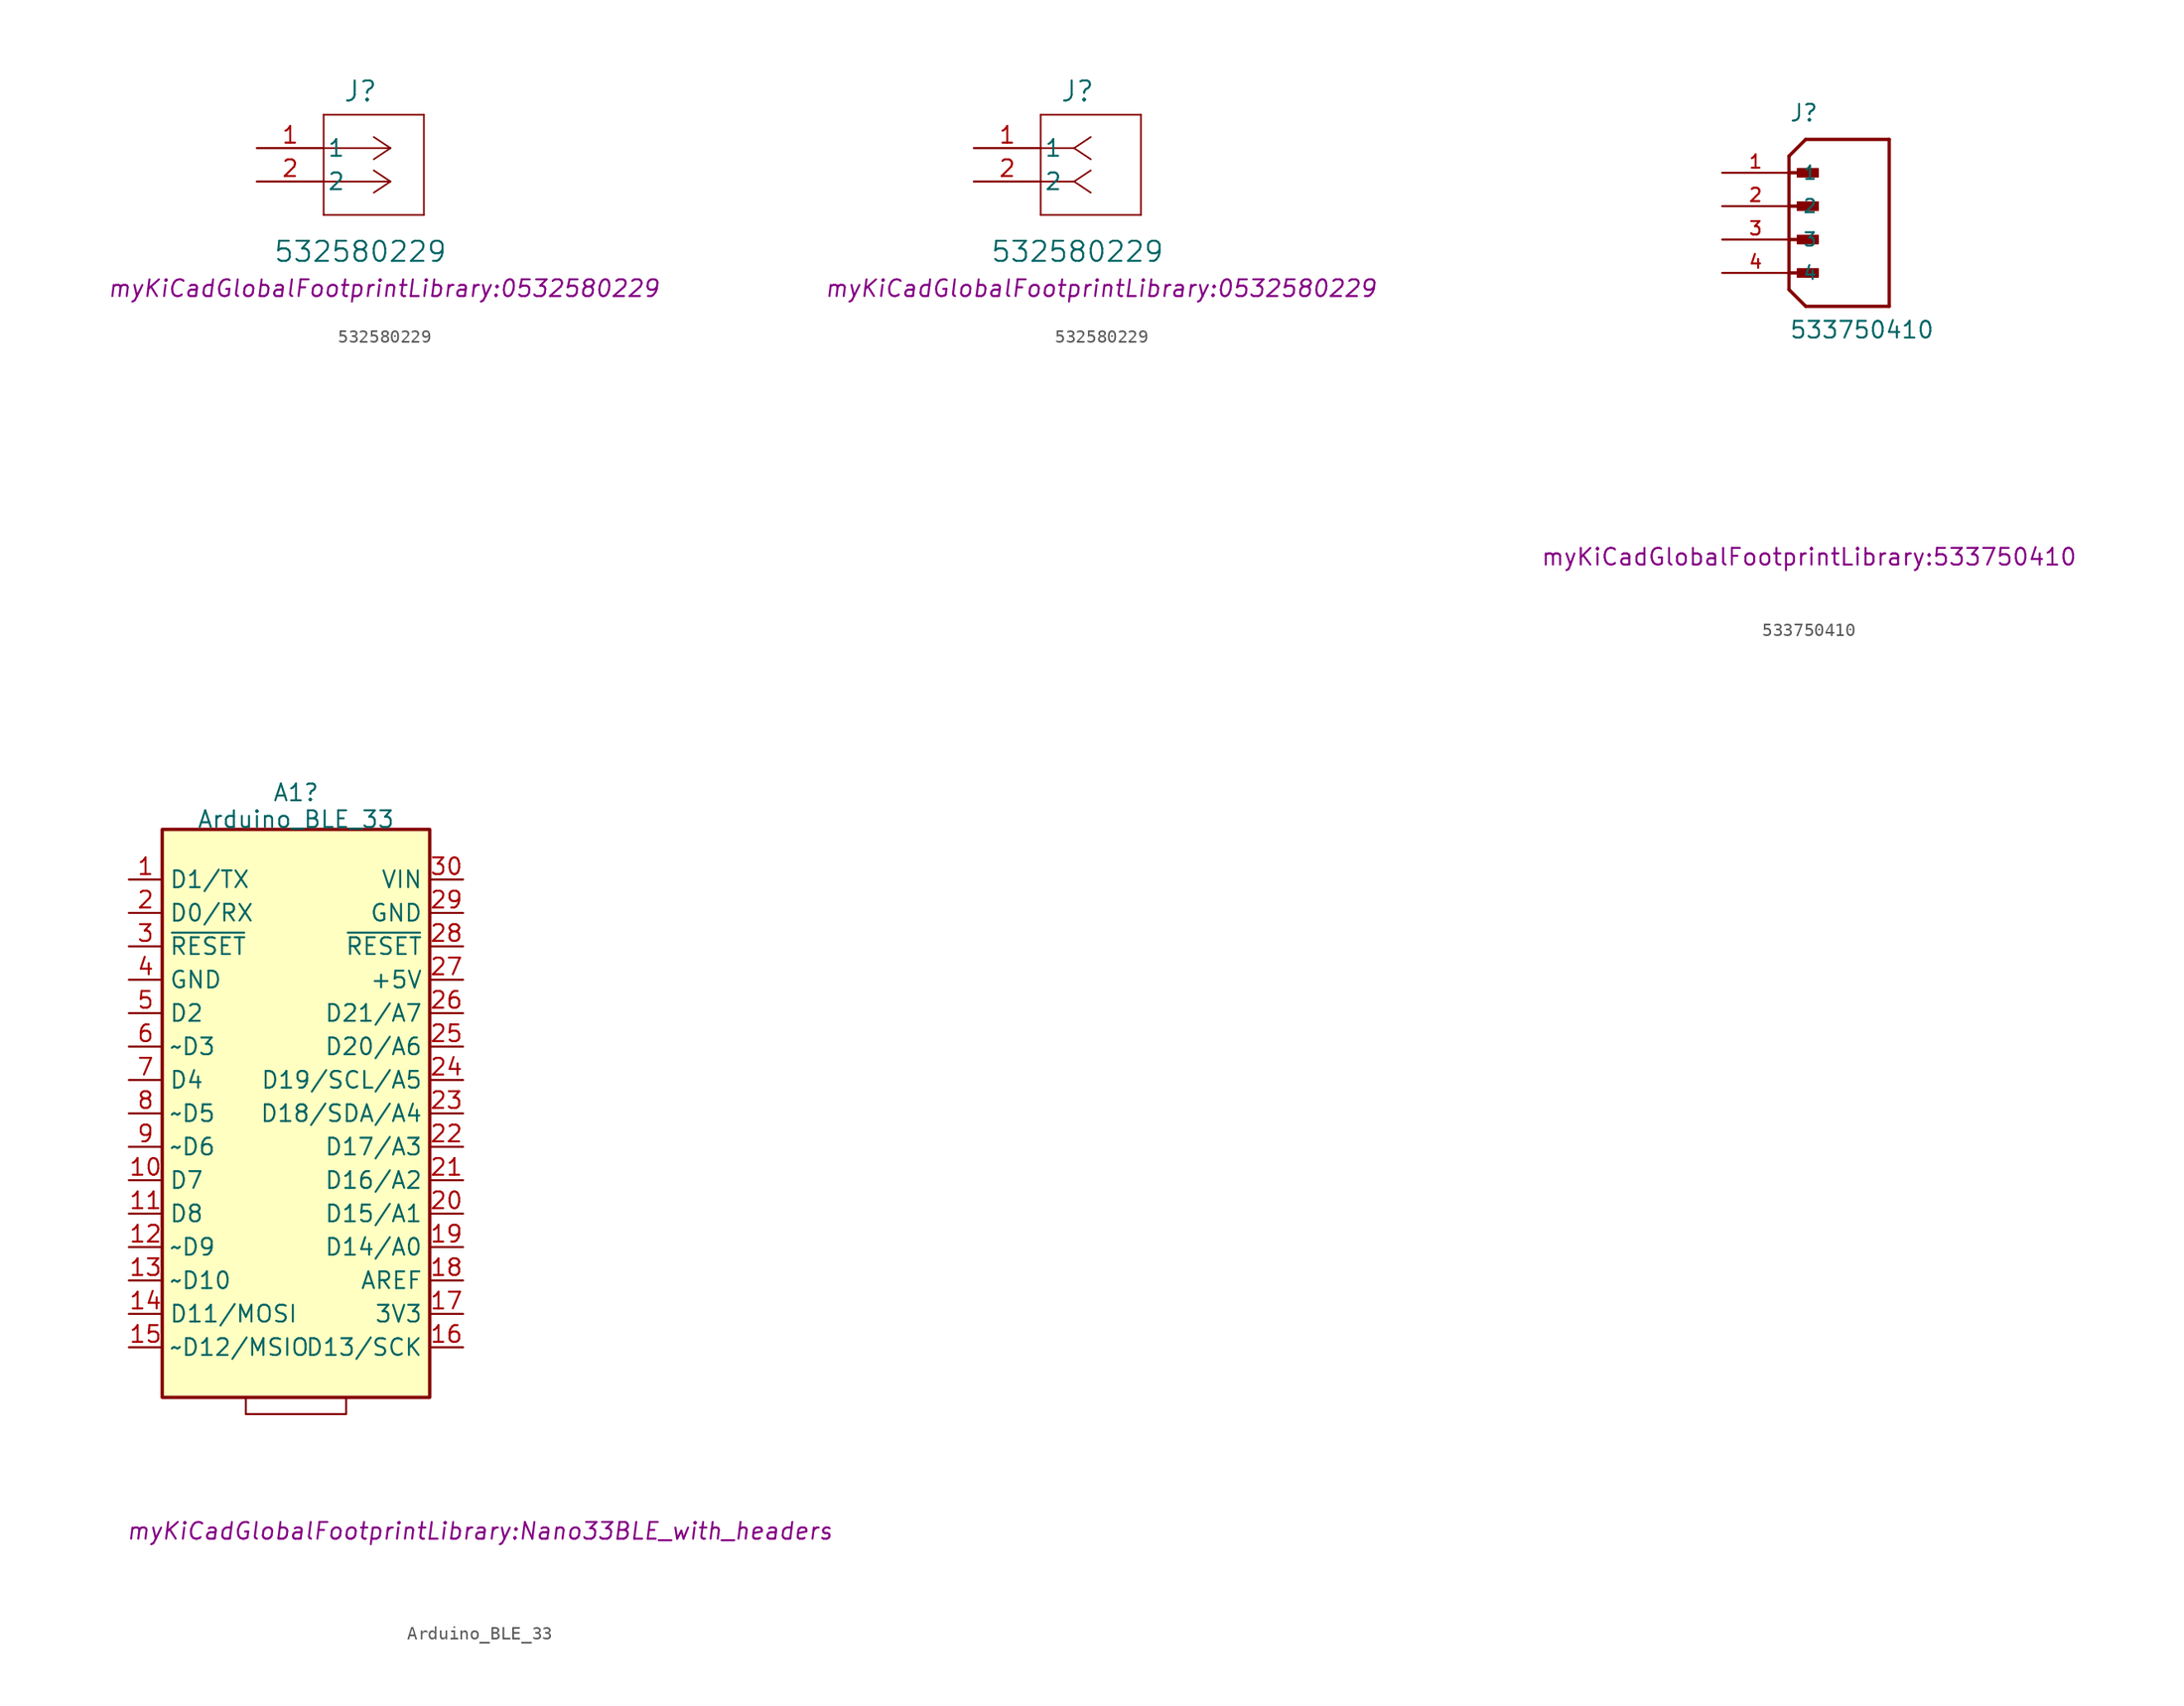
<source format=kicad_sym>
(kicad_symbol_lib
  (version 20211014)
  (generator kicad_symbol_editor)
  (symbol "532580229"
    (pin_names
      (offset 0.254))
    (property "Reference" "J"
      (at 7.874 4.318 0)
      (effects (font (size 1.524 1.524))))
    (property "Value" "532580229"
      (at 7.874 -7.874 0)
      (effects (font (size 1.524 1.524))))
    (property "Footprint" "myKiCadGlobalFootprintLibrary:0532580229"
      (at 9.652 -10.668 0)
      (effects (font (size 1.27 1.27) italic)))
    (symbol "532580229_1_1"
      (polyline (pts (xy 5.08 -5.08) (xy 12.7 -5.08)) (stroke (width 0.127) (type default) (color 0 0 0 0)) (fill (type none)))
      (polyline (pts (xy 5.08 2.54) (xy 5.08 -5.08)) (stroke (width 0.127) (type default) (color 0 0 0 0)) (fill (type none)))
      (polyline (pts (xy 10.16 -2.54) (xy 5.08 -2.54)) (stroke (width 0.127) (type default) (color 0 0 0 0)) (fill (type none)))
      (polyline (pts (xy 10.16 -2.54) (xy 8.89 -3.387)) (stroke (width 0.127) (type default) (color 0 0 0 0)) (fill (type none)))
      (polyline (pts (xy 10.16 -2.54) (xy 8.89 -1.693)) (stroke (width 0.127) (type default) (color 0 0 0 0)) (fill (type none)))
      (polyline (pts (xy 10.16 0) (xy 5.08 0)) (stroke (width 0.127) (type default) (color 0 0 0 0)) (fill (type none)))
      (polyline (pts (xy 10.16 0) (xy 8.89 -0.847)) (stroke (width 0.127) (type default) (color 0 0 0 0)) (fill (type none)))
      (polyline (pts (xy 10.16 0) (xy 8.89 0.847)) (stroke (width 0.127) (type default) (color 0 0 0 0)) (fill (type none)))
      (polyline (pts (xy 12.7 -5.08) (xy 12.7 2.54)) (stroke (width 0.127) (type default) (color 0 0 0 0)) (fill (type none)))
      (polyline (pts (xy 12.7 2.54) (xy 5.08 2.54)) (stroke (width 0.127) (type default) (color 0 0 0 0)) (fill (type none)))
      (pin unspecified line (at 0 0 0) (length 5.08) (name "1" (effects (font (size 1.27 1.27)))) (number "1" (effects (font (size 1.27 1.27)))))
      (pin unspecified line (at 0 -2.54 0) (length 5.08) (name "2" (effects (font (size 1.27 1.27)))) (number "2" (effects (font (size 1.27 1.27))))))
    (symbol "532580229_1_2"
      (polyline (pts (xy 5.08 -5.08) (xy 12.7 -5.08)) (stroke (width 0.127) (type default) (color 0 0 0 0)) (fill (type none)))
      (polyline (pts (xy 5.08 2.54) (xy 5.08 -5.08)) (stroke (width 0.127) (type default) (color 0 0 0 0)) (fill (type none)))
      (polyline (pts (xy 7.62 -2.54) (xy 5.08 -2.54)) (stroke (width 0.127) (type default) (color 0 0 0 0)) (fill (type none)))
      (polyline (pts (xy 7.62 -2.54) (xy 8.89 -3.387)) (stroke (width 0.127) (type default) (color 0 0 0 0)) (fill (type none)))
      (polyline (pts (xy 7.62 -2.54) (xy 8.89 -1.693)) (stroke (width 0.127) (type default) (color 0 0 0 0)) (fill (type none)))
      (polyline (pts (xy 7.62 0) (xy 5.08 0)) (stroke (width 0.127) (type default) (color 0 0 0 0)) (fill (type none)))
      (polyline (pts (xy 7.62 0) (xy 8.89 -0.847)) (stroke (width 0.127) (type default) (color 0 0 0 0)) (fill (type none)))
      (polyline (pts (xy 7.62 0) (xy 8.89 0.847)) (stroke (width 0.127) (type default) (color 0 0 0 0)) (fill (type none)))
      (polyline (pts (xy 12.7 -5.08) (xy 12.7 2.54)) (stroke (width 0.127) (type default) (color 0 0 0 0)) (fill (type none)))
      (polyline (pts (xy 12.7 2.54) (xy 5.08 2.54)) (stroke (width 0.127) (type default) (color 0 0 0 0)) (fill (type none)))
      (pin unspecified line (at 0 0 0) (length 5.08) (name "1" (effects (font (size 1.27 1.27)))) (number "1" (effects (font (size 1.27 1.27)))))
      (pin unspecified line (at 0 -2.54 0) (length 5.08) (name "2" (effects (font (size 1.27 1.27)))) (number "2" (effects (font (size 1.27 1.27)))))))
  (symbol "533750410"
    (pin_names
      (offset 1.016))
    (property "Reference" "J"
      (at 0 6.35 0)
      (effects (font (size 1.27 1.27)) (justify left bottom)))
    (property "Value" "533750410"
      (at 0 -10.16 0)
      (effects (font (size 1.27 1.27)) (justify left bottom)))
    (property "Footprint" "myKiCadGlobalFootprintLibrary:533750410"
      (at 1.524 -27.432 0)
      (effects (font (size 1.27 1.27)) (justify bottom)))
    (symbol "533750410_0_0"
      (polyline (pts (xy 0 -6.35) (xy 1.27 -7.62)) (stroke (width 0.254) (type default) (color 0 0 0 0)) (fill (type none)))
      (polyline (pts (xy 0 -5.08) (xy 1.905 -5.08)) (stroke (width 0.254) (type default) (color 0 0 0 0)) (fill (type none)))
      (polyline (pts (xy 0 -2.54) (xy 1.905 -2.54)) (stroke (width 0.254) (type default) (color 0 0 0 0)) (fill (type none)))
      (polyline (pts (xy 0 0) (xy 1.905 0)) (stroke (width 0.254) (type default) (color 0 0 0 0)) (fill (type none)))
      (polyline (pts (xy 0 2.54) (xy 0 -6.35)) (stroke (width 0.254) (type default) (color 0 0 0 0)) (fill (type none)))
      (polyline (pts (xy 0 2.54) (xy 1.905 2.54)) (stroke (width 0.254) (type default) (color 0 0 0 0)) (fill (type none)))
      (polyline (pts (xy 0 3.81) (xy 0 2.54)) (stroke (width 0.254) (type default) (color 0 0 0 0)) (fill (type none)))
      (polyline (pts (xy 0 3.81) (xy 1.27 5.08)) (stroke (width 0.254) (type default) (color 0 0 0 0)) (fill (type none)))
      (polyline (pts (xy 1.27 -7.62) (xy 7.62 -7.62)) (stroke (width 0.254) (type default) (color 0 0 0 0)) (fill (type none)))
      (polyline (pts (xy 7.62 -7.62) (xy 7.62 5.08)) (stroke (width 0.254) (type default) (color 0 0 0 0)) (fill (type none)))
      (polyline (pts (xy 7.62 5.08) (xy 1.27 5.08)) (stroke (width 0.254) (type default) (color 0 0 0 0)) (fill (type none)))
      (rectangle (start 0.635 -5.397) (end 2.223 -4.763) (stroke (width 0.1) (type default) (color 0 0 0 0)) (fill (type outline)))
      (rectangle (start 0.635 -2.857) (end 2.223 -2.223) (stroke (width 0.1) (type default) (color 0 0 0 0)) (fill (type outline)))
      (rectangle (start 0.635 -0.318) (end 2.223 0.318) (stroke (width 0.1) (type default) (color 0 0 0 0)) (fill (type outline)))
      (rectangle (start 0.635 2.223) (end 2.223 2.857) (stroke (width 0.1) (type default) (color 0 0 0 0)) (fill (type outline)))
      (pin passive line (at -5.08 2.54 0) (length 5.08) (name "1" (effects (font (size 1.016 1.016)))) (number "1" (effects (font (size 1.016 1.016)))))
      (pin passive line (at -5.08 0 0) (length 5.08) (name "2" (effects (font (size 1.016 1.016)))) (number "2" (effects (font (size 1.016 1.016)))))
      (pin passive line (at -5.08 -2.54 0) (length 5.08) (name "3" (effects (font (size 1.016 1.016)))) (number "3" (effects (font (size 1.016 1.016)))))
      (pin passive line (at -5.08 -5.08 0) (length 5.08) (name "4" (effects (font (size 1.016 1.016)))) (number "4" (effects (font (size 1.016 1.016)))))))
  (symbol "Arduino_BLE_33"
    (property "Reference" "A1"
      (at 0 25.654 0)
      (effects (font (size 1.27 1.27))))
    (property "Value" "Arduino_BLE_33"
      (at 0 23.622 0)
      (effects (font (size 1.27 1.27))))
    (property "Footprint" "myKiCadGlobalFootprintLibrary:Nano33BLE_with_headers"
      (at 13.97 -30.48 0)
      (effects (font (size 1.27 1.27) italic)))
    (symbol "Arduino_BLE_33_0_1"
      (rectangle (start -10.16 22.86) (end 10.16 -20.32) (stroke (width 0.254) (type default) (color 0 0 0 0)) (fill (type background)))
      (rectangle (start -3.81 -20.32) (end 3.81 -21.59) (stroke (width 0) (type default) (color 0 0 0 0)) (fill (type none))))
    (symbol "Arduino_BLE_33_1_1"
      (pin bidirectional line (at -12.7 19.05 0) (length 2.54) (name "D1/TX" (effects (font (size 1.27 1.27)))) (number "1" (effects (font (size 1.27 1.27)))))
      (pin bidirectional line (at -12.7 -3.81 0) (length 2.54) (name "D7" (effects (font (size 1.27 1.27)))) (number "10" (effects (font (size 1.27 1.27)))))
      (pin bidirectional line (at -12.7 -6.35 0) (length 2.54) (name "D8" (effects (font (size 1.27 1.27)))) (number "11" (effects (font (size 1.27 1.27)))))
      (pin bidirectional line (at -12.7 -8.89 0) (length 2.54) (name "~D9" (effects (font (size 1.27 1.27)))) (number "12" (effects (font (size 1.27 1.27)))))
      (pin bidirectional line (at -12.7 -11.43 0) (length 2.54) (name "~D10" (effects (font (size 1.27 1.27)))) (number "13" (effects (font (size 1.27 1.27)))))
      (pin bidirectional line (at -12.7 -13.97 0) (length 2.54) (name "D11/MOSI" (effects (font (size 1.27 1.27)))) (number "14" (effects (font (size 1.27 1.27)))))
      (pin bidirectional line (at -12.7 -16.51 0) (length 2.54) (name "~D12/MSIO" (effects (font (size 1.27 1.27)))) (number "15" (effects (font (size 1.27 1.27)))))
      (pin bidirectional line (at 12.7 -16.51 180) (length 2.54) (name "D13/SCK" (effects (font (size 1.27 1.27)))) (number "16" (effects (font (size 1.27 1.27)))))
      (pin power_out line (at 12.7 -13.97 180) (length 2.54) (name "3V3" (effects (font (size 1.27 1.27)))) (number "17" (effects (font (size 1.27 1.27)))))
      (pin input line (at 12.7 -11.43 180) (length 2.54) (name "AREF" (effects (font (size 1.27 1.27)))) (number "18" (effects (font (size 1.27 1.27)))))
      (pin bidirectional line (at 12.7 -8.89 180) (length 2.54) (name "D14/A0" (effects (font (size 1.27 1.27)))) (number "19" (effects (font (size 1.27 1.27)))))
      (pin bidirectional line (at -12.7 16.51 0) (length 2.54) (name "D0/RX" (effects (font (size 1.27 1.27)))) (number "2" (effects (font (size 1.27 1.27)))))
      (pin bidirectional line (at 12.7 -6.35 180) (length 2.54) (name "D15/A1" (effects (font (size 1.27 1.27)))) (number "20" (effects (font (size 1.27 1.27)))))
      (pin bidirectional line (at 12.7 -3.81 180) (length 2.54) (name "D16/A2" (effects (font (size 1.27 1.27)))) (number "21" (effects (font (size 1.27 1.27)))))
      (pin bidirectional line (at 12.7 -1.27 180) (length 2.54) (name "D17/A3" (effects (font (size 1.27 1.27)))) (number "22" (effects (font (size 1.27 1.27)))))
      (pin bidirectional line (at 12.7 1.27 180) (length 2.54) (name "D18/SDA/A4" (effects (font (size 1.27 1.27)))) (number "23" (effects (font (size 1.27 1.27)))))
      (pin bidirectional line (at 12.7 3.81 180) (length 2.54) (name "D19/SCL/A5" (effects (font (size 1.27 1.27)))) (number "24" (effects (font (size 1.27 1.27)))))
      (pin bidirectional line (at 12.7 6.35 180) (length 2.54) (name "D20/A6" (effects (font (size 1.27 1.27)))) (number "25" (effects (font (size 1.27 1.27)))))
      (pin bidirectional line (at 12.7 8.89 180) (length 2.54) (name "D21/A7" (effects (font (size 1.27 1.27)))) (number "26" (effects (font (size 1.27 1.27)))))
      (pin power_out line (at 12.7 11.43 180) (length 2.54) (name "+5V" (effects (font (size 1.27 1.27)))) (number "27" (effects (font (size 1.27 1.27)))))
      (pin input line (at 12.7 13.97 180) (length 2.54) (name "~{RESET}" (effects (font (size 1.27 1.27)))) (number "28" (effects (font (size 1.27 1.27)))))
      (pin power_in line (at 12.7 16.51 180) (length 2.54) (name "GND" (effects (font (size 1.27 1.27)))) (number "29" (effects (font (size 1.27 1.27)))))
      (pin input line (at -12.7 13.97 0) (length 2.54) (name "~{RESET}" (effects (font (size 1.27 1.27)))) (number "3" (effects (font (size 1.27 1.27)))))
      (pin power_in line (at 12.7 19.05 180) (length 2.54) (name "VIN" (effects (font (size 1.27 1.27)))) (number "30" (effects (font (size 1.27 1.27)))))
      (pin power_in line (at -12.7 11.43 0) (length 2.54) (name "GND" (effects (font (size 1.27 1.27)))) (number "4" (effects (font (size 1.27 1.27)))))
      (pin bidirectional line (at -12.7 8.89 0) (length 2.54) (name "D2" (effects (font (size 1.27 1.27)))) (number "5" (effects (font (size 1.27 1.27)))))
      (pin bidirectional line (at -12.7 6.35 0) (length 2.54) (name "~D3" (effects (font (size 1.27 1.27)))) (number "6" (effects (font (size 1.27 1.27)))))
      (pin bidirectional line (at -12.7 3.81 0) (length 2.54) (name "D4" (effects (font (size 1.27 1.27)))) (number "7" (effects (font (size 1.27 1.27)))))
      (pin bidirectional line (at -12.7 1.27 0) (length 2.54) (name "~D5" (effects (font (size 1.27 1.27)))) (number "8" (effects (font (size 1.27 1.27)))))
      (pin bidirectional line (at -12.7 -1.27 0) (length 2.54) (name "~D6" (effects (font (size 1.27 1.27)))) (number "9" (effects (font (size 1.27 1.27))))))))
</source>
